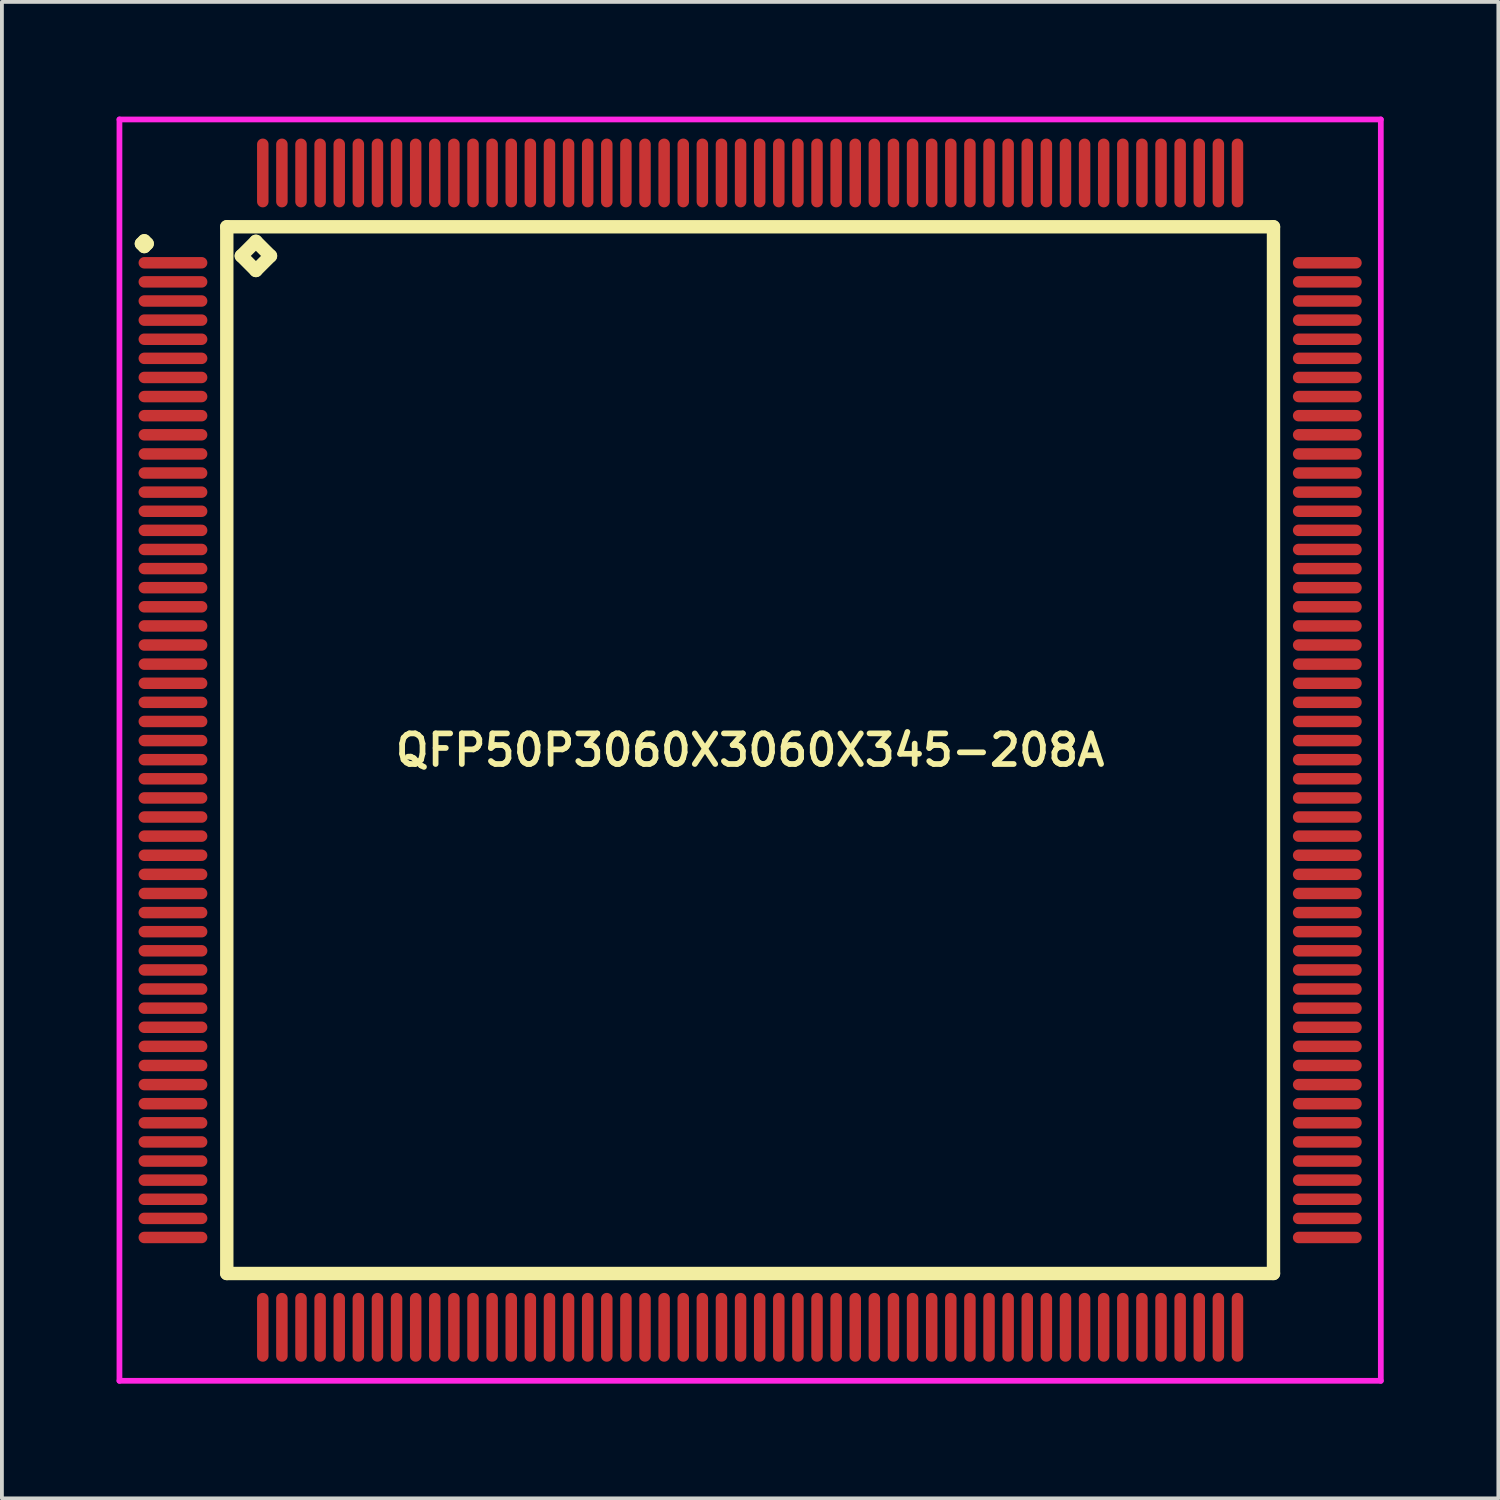
<source format=kicad_pcb>
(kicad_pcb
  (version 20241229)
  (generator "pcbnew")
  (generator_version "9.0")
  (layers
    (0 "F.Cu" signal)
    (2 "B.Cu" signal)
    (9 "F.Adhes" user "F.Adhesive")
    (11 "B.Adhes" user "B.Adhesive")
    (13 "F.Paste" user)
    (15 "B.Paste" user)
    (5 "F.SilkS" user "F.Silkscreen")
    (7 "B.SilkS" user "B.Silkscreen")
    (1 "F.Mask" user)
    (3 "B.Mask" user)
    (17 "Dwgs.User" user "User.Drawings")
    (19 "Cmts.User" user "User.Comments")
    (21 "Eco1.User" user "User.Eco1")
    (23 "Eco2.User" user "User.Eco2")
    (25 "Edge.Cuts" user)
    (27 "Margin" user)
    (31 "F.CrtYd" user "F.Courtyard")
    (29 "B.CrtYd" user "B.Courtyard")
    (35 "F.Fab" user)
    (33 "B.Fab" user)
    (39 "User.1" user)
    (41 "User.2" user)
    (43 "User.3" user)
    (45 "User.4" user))
  (footprint "QFP50P3060X3060X345-208A"
    (layer "F.Cu")
    (at 16.575 16.575)
    (property "Reference" "QFP50P3060X3060X345-208A" (at 0 0 0) (layer "F.SilkS") (effects (font (size 0.8 0.8) (thickness 0.15))))
    (attr through_hole)
    (fp_line (start -15.925 -13.25) (end -15.85 -13.325) (stroke (width 0.35) (type solid)) (layer "F.SilkS"))
    (fp_line (start -15.85 -13.325) (end -15.775 -13.25) (stroke (width 0.35) (type solid)) (layer "F.SilkS"))
    (fp_line (start -15.85 -13.175) (end -15.925 -13.25) (stroke (width 0.35) (type solid)) (layer "F.SilkS"))
    (fp_line (start -15.775 -13.25) (end -15.85 -13.175) (stroke (width 0.35) (type solid)) (layer "F.SilkS"))
    (fp_line (start -13.692 -13.692) (end -13.692 13.692) (stroke (width 0.35) (type solid)) (layer "F.SilkS"))
    (fp_line (start -13.692 13.692) (end 13.692 13.692) (stroke (width 0.35) (type solid)) (layer "F.SilkS"))
    (fp_line (start -13.311 -12.93) (end -12.93 -13.311) (stroke (width 0.35) (type solid)) (layer "F.SilkS"))
    (fp_line (start -12.93 -13.311) (end -12.549 -12.93) (stroke (width 0.35) (type solid)) (layer "F.SilkS"))
    (fp_line (start -12.93 -12.549) (end -13.311 -12.93) (stroke (width 0.35) (type solid)) (layer "F.SilkS"))
    (fp_line (start -12.549 -12.93) (end -12.93 -12.549) (stroke (width 0.35) (type solid)) (layer "F.SilkS"))
    (fp_line (start 13.692 -13.692) (end -13.692 -13.692) (stroke (width 0.35) (type solid)) (layer "F.SilkS"))
    (fp_line (start 13.692 13.692) (end 13.692 -13.692) (stroke (width 0.35) (type solid)) (layer "F.SilkS"))
    (fp_line (start -16.5 -16.5) (end 16.5 -16.5) (stroke (width 0.15) (type solid)) (layer "F.CrtYd"))
    (fp_line (start -16.5 16.5) (end -16.5 -16.5) (stroke (width 0.15) (type solid)) (layer "F.CrtYd"))
    (fp_line (start 16.5 -16.5) (end 16.5 16.5) (stroke (width 0.15) (type solid)) (layer "F.CrtYd"))
    (fp_line (start 16.5 16.5) (end -16.5 16.5) (stroke (width 0.15) (type solid)) (layer "F.CrtYd"))
    (pad "1" smd oval (at -15.1 -12.75) (size 1.8 0.3) (layers "F.Cu" "F.Mask" "F.Paste"))
    (pad "2" smd oval (at -15.1 -12.25) (size 1.8 0.3) (layers "F.Cu" "F.Mask" "F.Paste"))
    (pad "3" smd oval (at -15.1 -11.75) (size 1.8 0.3) (layers "F.Cu" "F.Mask" "F.Paste"))
    (pad "4" smd oval (at -15.1 -11.25) (size 1.8 0.3) (layers "F.Cu" "F.Mask" "F.Paste"))
    (pad "5" smd oval (at -15.1 -10.75) (size 1.8 0.3) (layers "F.Cu" "F.Mask" "F.Paste"))
    (pad "6" smd oval (at -15.1 -10.25) (size 1.8 0.3) (layers "F.Cu" "F.Mask" "F.Paste"))
    (pad "7" smd oval (at -15.1 -9.75) (size 1.8 0.3) (layers "F.Cu" "F.Mask" "F.Paste"))
    (pad "8" smd oval (at -15.1 -9.25) (size 1.8 0.3) (layers "F.Cu" "F.Mask" "F.Paste"))
    (pad "9" smd oval (at -15.1 -8.75) (size 1.8 0.3) (layers "F.Cu" "F.Mask" "F.Paste"))
    (pad "10" smd oval (at -15.1 -8.25) (size 1.8 0.3) (layers "F.Cu" "F.Mask" "F.Paste"))
    (pad "11" smd oval (at -15.1 -7.75) (size 1.8 0.3) (layers "F.Cu" "F.Mask" "F.Paste"))
    (pad "12" smd oval (at -15.1 -7.25) (size 1.8 0.3) (layers "F.Cu" "F.Mask" "F.Paste"))
    (pad "13" smd oval (at -15.1 -6.75) (size 1.8 0.3) (layers "F.Cu" "F.Mask" "F.Paste"))
    (pad "14" smd oval (at -15.1 -6.25) (size 1.8 0.3) (layers "F.Cu" "F.Mask" "F.Paste"))
    (pad "15" smd oval (at -15.1 -5.75) (size 1.8 0.3) (layers "F.Cu" "F.Mask" "F.Paste"))
    (pad "16" smd oval (at -15.1 -5.25) (size 1.8 0.3) (layers "F.Cu" "F.Mask" "F.Paste"))
    (pad "17" smd oval (at -15.1 -4.75) (size 1.8 0.3) (layers "F.Cu" "F.Mask" "F.Paste"))
    (pad "18" smd oval (at -15.1 -4.25) (size 1.8 0.3) (layers "F.Cu" "F.Mask" "F.Paste"))
    (pad "19" smd oval (at -15.1 -3.75) (size 1.8 0.3) (layers "F.Cu" "F.Mask" "F.Paste"))
    (pad "20" smd oval (at -15.1 -3.25) (size 1.8 0.3) (layers "F.Cu" "F.Mask" "F.Paste"))
    (pad "21" smd oval (at -15.1 -2.75) (size 1.8 0.3) (layers "F.Cu" "F.Mask" "F.Paste"))
    (pad "22" smd oval (at -15.1 -2.25) (size 1.8 0.3) (layers "F.Cu" "F.Mask" "F.Paste"))
    (pad "23" smd oval (at -15.1 -1.75) (size 1.8 0.3) (layers "F.Cu" "F.Mask" "F.Paste"))
    (pad "24" smd oval (at -15.1 -1.25) (size 1.8 0.3) (layers "F.Cu" "F.Mask" "F.Paste"))
    (pad "25" smd oval (at -15.1 -0.75) (size 1.8 0.3) (layers "F.Cu" "F.Mask" "F.Paste"))
    (pad "26" smd oval (at -15.1 -0.25) (size 1.8 0.3) (layers "F.Cu" "F.Mask" "F.Paste"))
    (pad "27" smd oval (at -15.1 0.25) (size 1.8 0.3) (layers "F.Cu" "F.Mask" "F.Paste"))
    (pad "28" smd oval (at -15.1 0.75) (size 1.8 0.3) (layers "F.Cu" "F.Mask" "F.Paste"))
    (pad "29" smd oval (at -15.1 1.25) (size 1.8 0.3) (layers "F.Cu" "F.Mask" "F.Paste"))
    (pad "30" smd oval (at -15.1 1.75) (size 1.8 0.3) (layers "F.Cu" "F.Mask" "F.Paste"))
    (pad "31" smd oval (at -15.1 2.25) (size 1.8 0.3) (layers "F.Cu" "F.Mask" "F.Paste"))
    (pad "32" smd oval (at -15.1 2.75) (size 1.8 0.3) (layers "F.Cu" "F.Mask" "F.Paste"))
    (pad "33" smd oval (at -15.1 3.25) (size 1.8 0.3) (layers "F.Cu" "F.Mask" "F.Paste"))
    (pad "34" smd oval (at -15.1 3.75) (size 1.8 0.3) (layers "F.Cu" "F.Mask" "F.Paste"))
    (pad "35" smd oval (at -15.1 4.25) (size 1.8 0.3) (layers "F.Cu" "F.Mask" "F.Paste"))
    (pad "36" smd oval (at -15.1 4.75) (size 1.8 0.3) (layers "F.Cu" "F.Mask" "F.Paste"))
    (pad "37" smd oval (at -15.1 5.25) (size 1.8 0.3) (layers "F.Cu" "F.Mask" "F.Paste"))
    (pad "38" smd oval (at -15.1 5.75) (size 1.8 0.3) (layers "F.Cu" "F.Mask" "F.Paste"))
    (pad "39" smd oval (at -15.1 6.25) (size 1.8 0.3) (layers "F.Cu" "F.Mask" "F.Paste"))
    (pad "40" smd oval (at -15.1 6.75) (size 1.8 0.3) (layers "F.Cu" "F.Mask" "F.Paste"))
    (pad "41" smd oval (at -15.1 7.25) (size 1.8 0.3) (layers "F.Cu" "F.Mask" "F.Paste"))
    (pad "42" smd oval (at -15.1 7.75) (size 1.8 0.3) (layers "F.Cu" "F.Mask" "F.Paste"))
    (pad "43" smd oval (at -15.1 8.25) (size 1.8 0.3) (layers "F.Cu" "F.Mask" "F.Paste"))
    (pad "44" smd oval (at -15.1 8.75) (size 1.8 0.3) (layers "F.Cu" "F.Mask" "F.Paste"))
    (pad "45" smd oval (at -15.1 9.25) (size 1.8 0.3) (layers "F.Cu" "F.Mask" "F.Paste"))
    (pad "46" smd oval (at -15.1 9.75) (size 1.8 0.3) (layers "F.Cu" "F.Mask" "F.Paste"))
    (pad "47" smd oval (at -15.1 10.25) (size 1.8 0.3) (layers "F.Cu" "F.Mask" "F.Paste"))
    (pad "48" smd oval (at -15.1 10.75) (size 1.8 0.3) (layers "F.Cu" "F.Mask" "F.Paste"))
    (pad "49" smd oval (at -15.1 11.25) (size 1.8 0.3) (layers "F.Cu" "F.Mask" "F.Paste"))
    (pad "50" smd oval (at -15.1 11.75) (size 1.8 0.3) (layers "F.Cu" "F.Mask" "F.Paste"))
    (pad "51" smd oval (at -15.1 12.25) (size 1.8 0.3) (layers "F.Cu" "F.Mask" "F.Paste"))
    (pad "52" smd oval (at -15.1 12.75) (size 1.8 0.3) (layers "F.Cu" "F.Mask" "F.Paste"))
    (pad "53" smd oval (at -12.75 15.1) (size 0.3 1.8) (layers "F.Cu" "F.Mask" "F.Paste"))
    (pad "54" smd oval (at -12.25 15.1) (size 0.3 1.8) (layers "F.Cu" "F.Mask" "F.Paste"))
    (pad "55" smd oval (at -11.75 15.1) (size 0.3 1.8) (layers "F.Cu" "F.Mask" "F.Paste"))
    (pad "56" smd oval (at -11.25 15.1) (size 0.3 1.8) (layers "F.Cu" "F.Mask" "F.Paste"))
    (pad "57" smd oval (at -10.75 15.1) (size 0.3 1.8) (layers "F.Cu" "F.Mask" "F.Paste"))
    (pad "58" smd oval (at -10.25 15.1) (size 0.3 1.8) (layers "F.Cu" "F.Mask" "F.Paste"))
    (pad "59" smd oval (at -9.75 15.1) (size 0.3 1.8) (layers "F.Cu" "F.Mask" "F.Paste"))
    (pad "60" smd oval (at -9.25 15.1) (size 0.3 1.8) (layers "F.Cu" "F.Mask" "F.Paste"))
    (pad "61" smd oval (at -8.75 15.1) (size 0.3 1.8) (layers "F.Cu" "F.Mask" "F.Paste"))
    (pad "62" smd oval (at -8.25 15.1) (size 0.3 1.8) (layers "F.Cu" "F.Mask" "F.Paste"))
    (pad "63" smd oval (at -7.75 15.1) (size 0.3 1.8) (layers "F.Cu" "F.Mask" "F.Paste"))
    (pad "64" smd oval (at -7.25 15.1) (size 0.3 1.8) (layers "F.Cu" "F.Mask" "F.Paste"))
    (pad "65" smd oval (at -6.75 15.1) (size 0.3 1.8) (layers "F.Cu" "F.Mask" "F.Paste"))
    (pad "66" smd oval (at -6.25 15.1) (size 0.3 1.8) (layers "F.Cu" "F.Mask" "F.Paste"))
    (pad "67" smd oval (at -5.75 15.1) (size 0.3 1.8) (layers "F.Cu" "F.Mask" "F.Paste"))
    (pad "68" smd oval (at -5.25 15.1) (size 0.3 1.8) (layers "F.Cu" "F.Mask" "F.Paste"))
    (pad "69" smd oval (at -4.75 15.1) (size 0.3 1.8) (layers "F.Cu" "F.Mask" "F.Paste"))
    (pad "70" smd oval (at -4.25 15.1) (size 0.3 1.8) (layers "F.Cu" "F.Mask" "F.Paste"))
    (pad "71" smd oval (at -3.75 15.1) (size 0.3 1.8) (layers "F.Cu" "F.Mask" "F.Paste"))
    (pad "72" smd oval (at -3.25 15.1) (size 0.3 1.8) (layers "F.Cu" "F.Mask" "F.Paste"))
    (pad "73" smd oval (at -2.75 15.1) (size 0.3 1.8) (layers "F.Cu" "F.Mask" "F.Paste"))
    (pad "74" smd oval (at -2.25 15.1) (size 0.3 1.8) (layers "F.Cu" "F.Mask" "F.Paste"))
    (pad "75" smd oval (at -1.75 15.1) (size 0.3 1.8) (layers "F.Cu" "F.Mask" "F.Paste"))
    (pad "76" smd oval (at -1.25 15.1) (size 0.3 1.8) (layers "F.Cu" "F.Mask" "F.Paste"))
    (pad "77" smd oval (at -0.75 15.1) (size 0.3 1.8) (layers "F.Cu" "F.Mask" "F.Paste"))
    (pad "78" smd oval (at -0.25 15.1) (size 0.3 1.8) (layers "F.Cu" "F.Mask" "F.Paste"))
    (pad "79" smd oval (at 0.25 15.1) (size 0.3 1.8) (layers "F.Cu" "F.Mask" "F.Paste"))
    (pad "80" smd oval (at 0.75 15.1) (size 0.3 1.8) (layers "F.Cu" "F.Mask" "F.Paste"))
    (pad "81" smd oval (at 1.25 15.1) (size 0.3 1.8) (layers "F.Cu" "F.Mask" "F.Paste"))
    (pad "82" smd oval (at 1.75 15.1) (size 0.3 1.8) (layers "F.Cu" "F.Mask" "F.Paste"))
    (pad "83" smd oval (at 2.25 15.1) (size 0.3 1.8) (layers "F.Cu" "F.Mask" "F.Paste"))
    (pad "84" smd oval (at 2.75 15.1) (size 0.3 1.8) (layers "F.Cu" "F.Mask" "F.Paste"))
    (pad "85" smd oval (at 3.25 15.1) (size 0.3 1.8) (layers "F.Cu" "F.Mask" "F.Paste"))
    (pad "86" smd oval (at 3.75 15.1) (size 0.3 1.8) (layers "F.Cu" "F.Mask" "F.Paste"))
    (pad "87" smd oval (at 4.25 15.1) (size 0.3 1.8) (layers "F.Cu" "F.Mask" "F.Paste"))
    (pad "88" smd oval (at 4.75 15.1) (size 0.3 1.8) (layers "F.Cu" "F.Mask" "F.Paste"))
    (pad "89" smd oval (at 5.25 15.1) (size 0.3 1.8) (layers "F.Cu" "F.Mask" "F.Paste"))
    (pad "90" smd oval (at 5.75 15.1) (size 0.3 1.8) (layers "F.Cu" "F.Mask" "F.Paste"))
    (pad "91" smd oval (at 6.25 15.1) (size 0.3 1.8) (layers "F.Cu" "F.Mask" "F.Paste"))
    (pad "92" smd oval (at 6.75 15.1) (size 0.3 1.8) (layers "F.Cu" "F.Mask" "F.Paste"))
    (pad "93" smd oval (at 7.25 15.1) (size 0.3 1.8) (layers "F.Cu" "F.Mask" "F.Paste"))
    (pad "94" smd oval (at 7.75 15.1) (size 0.3 1.8) (layers "F.Cu" "F.Mask" "F.Paste"))
    (pad "95" smd oval (at 8.25 15.1) (size 0.3 1.8) (layers "F.Cu" "F.Mask" "F.Paste"))
    (pad "96" smd oval (at 8.75 15.1) (size 0.3 1.8) (layers "F.Cu" "F.Mask" "F.Paste"))
    (pad "97" smd oval (at 9.25 15.1) (size 0.3 1.8) (layers "F.Cu" "F.Mask" "F.Paste"))
    (pad "98" smd oval (at 9.75 15.1) (size 0.3 1.8) (layers "F.Cu" "F.Mask" "F.Paste"))
    (pad "99" smd oval (at 10.25 15.1) (size 0.3 1.8) (layers "F.Cu" "F.Mask" "F.Paste"))
    (pad "100" smd oval (at 10.75 15.1) (size 0.3 1.8) (layers "F.Cu" "F.Mask" "F.Paste"))
    (pad "101" smd oval (at 11.25 15.1) (size 0.3 1.8) (layers "F.Cu" "F.Mask" "F.Paste"))
    (pad "102" smd oval (at 11.75 15.1) (size 0.3 1.8) (layers "F.Cu" "F.Mask" "F.Paste"))
    (pad "103" smd oval (at 12.25 15.1) (size 0.3 1.8) (layers "F.Cu" "F.Mask" "F.Paste"))
    (pad "104" smd oval (at 12.75 15.1) (size 0.3 1.8) (layers "F.Cu" "F.Mask" "F.Paste"))
    (pad "105" smd oval (at 15.1 12.75) (size 1.8 0.3) (layers "F.Cu" "F.Mask" "F.Paste"))
    (pad "106" smd oval (at 15.1 12.25) (size 1.8 0.3) (layers "F.Cu" "F.Mask" "F.Paste"))
    (pad "107" smd oval (at 15.1 11.75) (size 1.8 0.3) (layers "F.Cu" "F.Mask" "F.Paste"))
    (pad "108" smd oval (at 15.1 11.25) (size 1.8 0.3) (layers "F.Cu" "F.Mask" "F.Paste"))
    (pad "109" smd oval (at 15.1 10.75) (size 1.8 0.3) (layers "F.Cu" "F.Mask" "F.Paste"))
    (pad "110" smd oval (at 15.1 10.25) (size 1.8 0.3) (layers "F.Cu" "F.Mask" "F.Paste"))
    (pad "111" smd oval (at 15.1 9.75) (size 1.8 0.3) (layers "F.Cu" "F.Mask" "F.Paste"))
    (pad "112" smd oval (at 15.1 9.25) (size 1.8 0.3) (layers "F.Cu" "F.Mask" "F.Paste"))
    (pad "113" smd oval (at 15.1 8.75) (size 1.8 0.3) (layers "F.Cu" "F.Mask" "F.Paste"))
    (pad "114" smd oval (at 15.1 8.25) (size 1.8 0.3) (layers "F.Cu" "F.Mask" "F.Paste"))
    (pad "115" smd oval (at 15.1 7.75) (size 1.8 0.3) (layers "F.Cu" "F.Mask" "F.Paste"))
    (pad "116" smd oval (at 15.1 7.25) (size 1.8 0.3) (layers "F.Cu" "F.Mask" "F.Paste"))
    (pad "117" smd oval (at 15.1 6.75) (size 1.8 0.3) (layers "F.Cu" "F.Mask" "F.Paste"))
    (pad "118" smd oval (at 15.1 6.25) (size 1.8 0.3) (layers "F.Cu" "F.Mask" "F.Paste"))
    (pad "119" smd oval (at 15.1 5.75) (size 1.8 0.3) (layers "F.Cu" "F.Mask" "F.Paste"))
    (pad "120" smd oval (at 15.1 5.25) (size 1.8 0.3) (layers "F.Cu" "F.Mask" "F.Paste"))
    (pad "121" smd oval (at 15.1 4.75) (size 1.8 0.3) (layers "F.Cu" "F.Mask" "F.Paste"))
    (pad "122" smd oval (at 15.1 4.25) (size 1.8 0.3) (layers "F.Cu" "F.Mask" "F.Paste"))
    (pad "123" smd oval (at 15.1 3.75) (size 1.8 0.3) (layers "F.Cu" "F.Mask" "F.Paste"))
    (pad "124" smd oval (at 15.1 3.25) (size 1.8 0.3) (layers "F.Cu" "F.Mask" "F.Paste"))
    (pad "125" smd oval (at 15.1 2.75) (size 1.8 0.3) (layers "F.Cu" "F.Mask" "F.Paste"))
    (pad "126" smd oval (at 15.1 2.25) (size 1.8 0.3) (layers "F.Cu" "F.Mask" "F.Paste"))
    (pad "127" smd oval (at 15.1 1.75) (size 1.8 0.3) (layers "F.Cu" "F.Mask" "F.Paste"))
    (pad "128" smd oval (at 15.1 1.25) (size 1.8 0.3) (layers "F.Cu" "F.Mask" "F.Paste"))
    (pad "129" smd oval (at 15.1 0.75) (size 1.8 0.3) (layers "F.Cu" "F.Mask" "F.Paste"))
    (pad "130" smd oval (at 15.1 0.25) (size 1.8 0.3) (layers "F.Cu" "F.Mask" "F.Paste"))
    (pad "131" smd oval (at 15.1 -0.25) (size 1.8 0.3) (layers "F.Cu" "F.Mask" "F.Paste"))
    (pad "132" smd oval (at 15.1 -0.75) (size 1.8 0.3) (layers "F.Cu" "F.Mask" "F.Paste"))
    (pad "133" smd oval (at 15.1 -1.25) (size 1.8 0.3) (layers "F.Cu" "F.Mask" "F.Paste"))
    (pad "134" smd oval (at 15.1 -1.75) (size 1.8 0.3) (layers "F.Cu" "F.Mask" "F.Paste"))
    (pad "135" smd oval (at 15.1 -2.25) (size 1.8 0.3) (layers "F.Cu" "F.Mask" "F.Paste"))
    (pad "136" smd oval (at 15.1 -2.75) (size 1.8 0.3) (layers "F.Cu" "F.Mask" "F.Paste"))
    (pad "137" smd oval (at 15.1 -3.25) (size 1.8 0.3) (layers "F.Cu" "F.Mask" "F.Paste"))
    (pad "138" smd oval (at 15.1 -3.75) (size 1.8 0.3) (layers "F.Cu" "F.Mask" "F.Paste"))
    (pad "139" smd oval (at 15.1 -4.25) (size 1.8 0.3) (layers "F.Cu" "F.Mask" "F.Paste"))
    (pad "140" smd oval (at 15.1 -4.75) (size 1.8 0.3) (layers "F.Cu" "F.Mask" "F.Paste"))
    (pad "141" smd oval (at 15.1 -5.25) (size 1.8 0.3) (layers "F.Cu" "F.Mask" "F.Paste"))
    (pad "142" smd oval (at 15.1 -5.75) (size 1.8 0.3) (layers "F.Cu" "F.Mask" "F.Paste"))
    (pad "143" smd oval (at 15.1 -6.25) (size 1.8 0.3) (layers "F.Cu" "F.Mask" "F.Paste"))
    (pad "144" smd oval (at 15.1 -6.75) (size 1.8 0.3) (layers "F.Cu" "F.Mask" "F.Paste"))
    (pad "145" smd oval (at 15.1 -7.25) (size 1.8 0.3) (layers "F.Cu" "F.Mask" "F.Paste"))
    (pad "146" smd oval (at 15.1 -7.75) (size 1.8 0.3) (layers "F.Cu" "F.Mask" "F.Paste"))
    (pad "147" smd oval (at 15.1 -8.25) (size 1.8 0.3) (layers "F.Cu" "F.Mask" "F.Paste"))
    (pad "148" smd oval (at 15.1 -8.75) (size 1.8 0.3) (layers "F.Cu" "F.Mask" "F.Paste"))
    (pad "149" smd oval (at 15.1 -9.25) (size 1.8 0.3) (layers "F.Cu" "F.Mask" "F.Paste"))
    (pad "150" smd oval (at 15.1 -9.75) (size 1.8 0.3) (layers "F.Cu" "F.Mask" "F.Paste"))
    (pad "151" smd oval (at 15.1 -10.25) (size 1.8 0.3) (layers "F.Cu" "F.Mask" "F.Paste"))
    (pad "152" smd oval (at 15.1 -10.75) (size 1.8 0.3) (layers "F.Cu" "F.Mask" "F.Paste"))
    (pad "153" smd oval (at 15.1 -11.25) (size 1.8 0.3) (layers "F.Cu" "F.Mask" "F.Paste"))
    (pad "154" smd oval (at 15.1 -11.75) (size 1.8 0.3) (layers "F.Cu" "F.Mask" "F.Paste"))
    (pad "155" smd oval (at 15.1 -12.25) (size 1.8 0.3) (layers "F.Cu" "F.Mask" "F.Paste"))
    (pad "156" smd oval (at 15.1 -12.75) (size 1.8 0.3) (layers "F.Cu" "F.Mask" "F.Paste"))
    (pad "157" smd oval (at 12.75 -15.1) (size 0.3 1.8) (layers "F.Cu" "F.Mask" "F.Paste"))
    (pad "158" smd oval (at 12.25 -15.1) (size 0.3 1.8) (layers "F.Cu" "F.Mask" "F.Paste"))
    (pad "159" smd oval (at 11.75 -15.1) (size 0.3 1.8) (layers "F.Cu" "F.Mask" "F.Paste"))
    (pad "160" smd oval (at 11.25 -15.1) (size 0.3 1.8) (layers "F.Cu" "F.Mask" "F.Paste"))
    (pad "161" smd oval (at 10.75 -15.1) (size 0.3 1.8) (layers "F.Cu" "F.Mask" "F.Paste"))
    (pad "162" smd oval (at 10.25 -15.1) (size 0.3 1.8) (layers "F.Cu" "F.Mask" "F.Paste"))
    (pad "163" smd oval (at 9.75 -15.1) (size 0.3 1.8) (layers "F.Cu" "F.Mask" "F.Paste"))
    (pad "164" smd oval (at 9.25 -15.1) (size 0.3 1.8) (layers "F.Cu" "F.Mask" "F.Paste"))
    (pad "165" smd oval (at 8.75 -15.1) (size 0.3 1.8) (layers "F.Cu" "F.Mask" "F.Paste"))
    (pad "166" smd oval (at 8.25 -15.1) (size 0.3 1.8) (layers "F.Cu" "F.Mask" "F.Paste"))
    (pad "167" smd oval (at 7.75 -15.1) (size 0.3 1.8) (layers "F.Cu" "F.Mask" "F.Paste"))
    (pad "168" smd oval (at 7.25 -15.1) (size 0.3 1.8) (layers "F.Cu" "F.Mask" "F.Paste"))
    (pad "169" smd oval (at 6.75 -15.1) (size 0.3 1.8) (layers "F.Cu" "F.Mask" "F.Paste"))
    (pad "170" smd oval (at 6.25 -15.1) (size 0.3 1.8) (layers "F.Cu" "F.Mask" "F.Paste"))
    (pad "171" smd oval (at 5.75 -15.1) (size 0.3 1.8) (layers "F.Cu" "F.Mask" "F.Paste"))
    (pad "172" smd oval (at 5.25 -15.1) (size 0.3 1.8) (layers "F.Cu" "F.Mask" "F.Paste"))
    (pad "173" smd oval (at 4.75 -15.1) (size 0.3 1.8) (layers "F.Cu" "F.Mask" "F.Paste"))
    (pad "174" smd oval (at 4.25 -15.1) (size 0.3 1.8) (layers "F.Cu" "F.Mask" "F.Paste"))
    (pad "175" smd oval (at 3.75 -15.1) (size 0.3 1.8) (layers "F.Cu" "F.Mask" "F.Paste"))
    (pad "176" smd oval (at 3.25 -15.1) (size 0.3 1.8) (layers "F.Cu" "F.Mask" "F.Paste"))
    (pad "177" smd oval (at 2.75 -15.1) (size 0.3 1.8) (layers "F.Cu" "F.Mask" "F.Paste"))
    (pad "178" smd oval (at 2.25 -15.1) (size 0.3 1.8) (layers "F.Cu" "F.Mask" "F.Paste"))
    (pad "179" smd oval (at 1.75 -15.1) (size 0.3 1.8) (layers "F.Cu" "F.Mask" "F.Paste"))
    (pad "180" smd oval (at 1.25 -15.1) (size 0.3 1.8) (layers "F.Cu" "F.Mask" "F.Paste"))
    (pad "181" smd oval (at 0.75 -15.1) (size 0.3 1.8) (layers "F.Cu" "F.Mask" "F.Paste"))
    (pad "182" smd oval (at 0.25 -15.1) (size 0.3 1.8) (layers "F.Cu" "F.Mask" "F.Paste"))
    (pad "183" smd oval (at -0.25 -15.1) (size 0.3 1.8) (layers "F.Cu" "F.Mask" "F.Paste"))
    (pad "184" smd oval (at -0.75 -15.1) (size 0.3 1.8) (layers "F.Cu" "F.Mask" "F.Paste"))
    (pad "185" smd oval (at -1.25 -15.1) (size 0.3 1.8) (layers "F.Cu" "F.Mask" "F.Paste"))
    (pad "186" smd oval (at -1.75 -15.1) (size 0.3 1.8) (layers "F.Cu" "F.Mask" "F.Paste"))
    (pad "187" smd oval (at -2.25 -15.1) (size 0.3 1.8) (layers "F.Cu" "F.Mask" "F.Paste"))
    (pad "188" smd oval (at -2.75 -15.1) (size 0.3 1.8) (layers "F.Cu" "F.Mask" "F.Paste"))
    (pad "189" smd oval (at -3.25 -15.1) (size 0.3 1.8) (layers "F.Cu" "F.Mask" "F.Paste"))
    (pad "190" smd oval (at -3.75 -15.1) (size 0.3 1.8) (layers "F.Cu" "F.Mask" "F.Paste"))
    (pad "191" smd oval (at -4.25 -15.1) (size 0.3 1.8) (layers "F.Cu" "F.Mask" "F.Paste"))
    (pad "192" smd oval (at -4.75 -15.1) (size 0.3 1.8) (layers "F.Cu" "F.Mask" "F.Paste"))
    (pad "193" smd oval (at -5.25 -15.1) (size 0.3 1.8) (layers "F.Cu" "F.Mask" "F.Paste"))
    (pad "194" smd oval (at -5.75 -15.1) (size 0.3 1.8) (layers "F.Cu" "F.Mask" "F.Paste"))
    (pad "195" smd oval (at -6.25 -15.1) (size 0.3 1.8) (layers "F.Cu" "F.Mask" "F.Paste"))
    (pad "196" smd oval (at -6.75 -15.1) (size 0.3 1.8) (layers "F.Cu" "F.Mask" "F.Paste"))
    (pad "197" smd oval (at -7.25 -15.1) (size 0.3 1.8) (layers "F.Cu" "F.Mask" "F.Paste"))
    (pad "198" smd oval (at -7.75 -15.1) (size 0.3 1.8) (layers "F.Cu" "F.Mask" "F.Paste"))
    (pad "199" smd oval (at -8.25 -15.1) (size 0.3 1.8) (layers "F.Cu" "F.Mask" "F.Paste"))
    (pad "200" smd oval (at -8.75 -15.1) (size 0.3 1.8) (layers "F.Cu" "F.Mask" "F.Paste"))
    (pad "201" smd oval (at -9.25 -15.1) (size 0.3 1.8) (layers "F.Cu" "F.Mask" "F.Paste"))
    (pad "202" smd oval (at -9.75 -15.1) (size 0.3 1.8) (layers "F.Cu" "F.Mask" "F.Paste"))
    (pad "203" smd oval (at -10.25 -15.1) (size 0.3 1.8) (layers "F.Cu" "F.Mask" "F.Paste"))
    (pad "204" smd oval (at -10.75 -15.1) (size 0.3 1.8) (layers "F.Cu" "F.Mask" "F.Paste"))
    (pad "205" smd oval (at -11.25 -15.1) (size 0.3 1.8) (layers "F.Cu" "F.Mask" "F.Paste"))
    (pad "206" smd oval (at -11.75 -15.1) (size 0.3 1.8) (layers "F.Cu" "F.Mask" "F.Paste"))
    (pad "207" smd oval (at -12.25 -15.1) (size 0.3 1.8) (layers "F.Cu" "F.Mask" "F.Paste"))
    (pad "208" smd oval (at -12.75 -15.1) (size 0.3 1.8) (layers "F.Cu" "F.Mask" "F.Paste")))
  (gr_rect
    (start -3 -3)
    (end 36.15 36.15)
    (stroke (width 0.1) (type default))
    (fill no)
    (layer "Edge.Cuts")))
</source>
